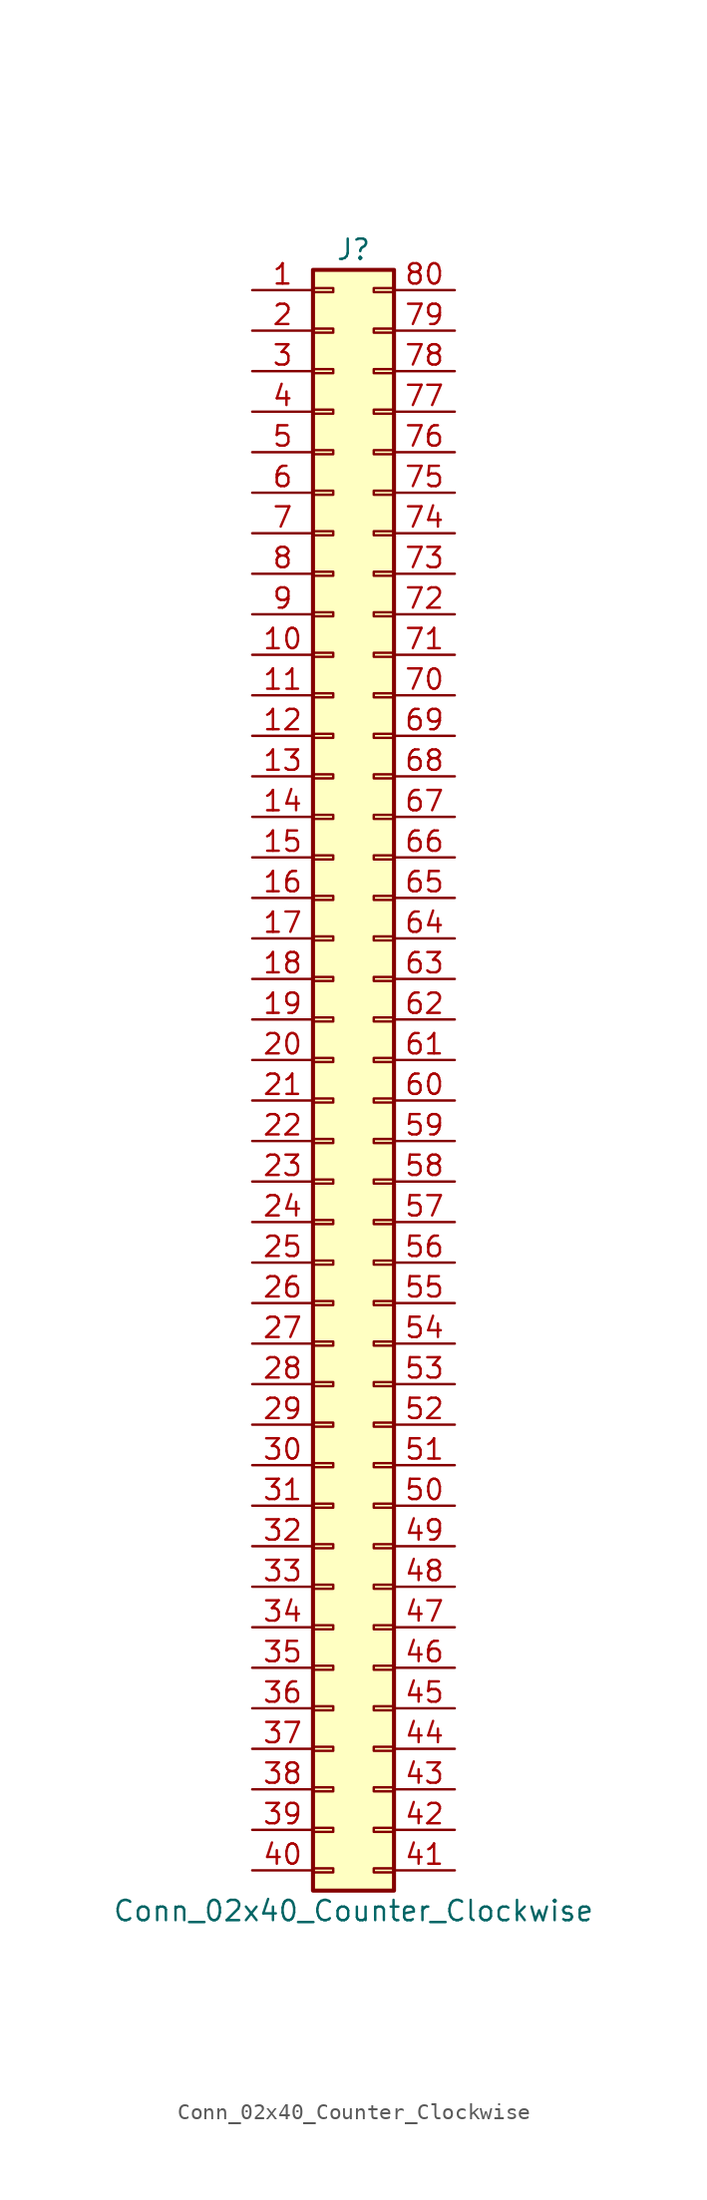
<source format=kicad_sym>
(kicad_symbol_lib
  (version 20201005)
  (generator kicad_symbol_editor)
  (symbol "Conn_02x40_Counter_Clockwise"
    (pin_names
      (offset 1.016) hide)
    (property "Reference" "J"
      (at 1.27 50.8 0)
      (effects (font (size 1.27 1.27))))
    (property "Value" "Conn_02x40_Counter_Clockwise"
      (at 1.27 -53.34 0)
      (effects (font (size 1.27 1.27))))
    (symbol "Conn_02x40_Counter_Clockwise_1_1"
      (rectangle (start -1.27 -50.673) (end 0 -50.927) (stroke (width 0.152)) (fill (type none)))
      (rectangle (start -1.27 -48.133) (end 0 -48.387) (stroke (width 0.152)) (fill (type none)))
      (rectangle (start -1.27 -45.593) (end 0 -45.847) (stroke (width 0.152)) (fill (type none)))
      (rectangle (start -1.27 -43.053) (end 0 -43.307) (stroke (width 0.152)) (fill (type none)))
      (rectangle (start -1.27 -40.513) (end 0 -40.767) (stroke (width 0.152)) (fill (type none)))
      (rectangle (start -1.27 -37.973) (end 0 -38.227) (stroke (width 0.152)) (fill (type none)))
      (rectangle (start -1.27 -35.433) (end 0 -35.687) (stroke (width 0.152)) (fill (type none)))
      (rectangle (start -1.27 -32.893) (end 0 -33.147) (stroke (width 0.152)) (fill (type none)))
      (rectangle (start -1.27 -30.353) (end 0 -30.607) (stroke (width 0.152)) (fill (type none)))
      (rectangle (start -1.27 -27.813) (end 0 -28.067) (stroke (width 0.152)) (fill (type none)))
      (rectangle (start -1.27 -25.273) (end 0 -25.527) (stroke (width 0.152)) (fill (type none)))
      (rectangle (start -1.27 -22.733) (end 0 -22.987) (stroke (width 0.152)) (fill (type none)))
      (rectangle (start -1.27 -20.193) (end 0 -20.447) (stroke (width 0.152)) (fill (type none)))
      (rectangle (start -1.27 -17.653) (end 0 -17.907) (stroke (width 0.152)) (fill (type none)))
      (rectangle (start -1.27 -15.113) (end 0 -15.367) (stroke (width 0.152)) (fill (type none)))
      (rectangle (start -1.27 -12.573) (end 0 -12.827) (stroke (width 0.152)) (fill (type none)))
      (rectangle (start -1.27 -10.033) (end 0 -10.287) (stroke (width 0.152)) (fill (type none)))
      (rectangle (start -1.27 -7.493) (end 0 -7.747) (stroke (width 0.152)) (fill (type none)))
      (rectangle (start -1.27 -4.953) (end 0 -5.207) (stroke (width 0.152)) (fill (type none)))
      (rectangle (start -1.27 -2.413) (end 0 -2.667) (stroke (width 0.152)) (fill (type none)))
      (rectangle (start -1.27 0.127) (end 0 -0.127) (stroke (width 0.152)) (fill (type none)))
      (rectangle (start -1.27 2.667) (end 0 2.413) (stroke (width 0.152)) (fill (type none)))
      (rectangle (start -1.27 5.207) (end 0 4.953) (stroke (width 0.152)) (fill (type none)))
      (rectangle (start -1.27 7.747) (end 0 7.493) (stroke (width 0.152)) (fill (type none)))
      (rectangle (start -1.27 10.287) (end 0 10.033) (stroke (width 0.152)) (fill (type none)))
      (rectangle (start -1.27 12.827) (end 0 12.573) (stroke (width 0.152)) (fill (type none)))
      (rectangle (start -1.27 15.367) (end 0 15.113) (stroke (width 0.152)) (fill (type none)))
      (rectangle (start -1.27 17.907) (end 0 17.653) (stroke (width 0.152)) (fill (type none)))
      (rectangle (start -1.27 20.447) (end 0 20.193) (stroke (width 0.152)) (fill (type none)))
      (rectangle (start -1.27 22.987) (end 0 22.733) (stroke (width 0.152)) (fill (type none)))
      (rectangle (start -1.27 25.527) (end 0 25.273) (stroke (width 0.152)) (fill (type none)))
      (rectangle (start -1.27 28.067) (end 0 27.813) (stroke (width 0.152)) (fill (type none)))
      (rectangle (start -1.27 30.607) (end 0 30.353) (stroke (width 0.152)) (fill (type none)))
      (rectangle (start -1.27 33.147) (end 0 32.893) (stroke (width 0.152)) (fill (type none)))
      (rectangle (start -1.27 35.687) (end 0 35.433) (stroke (width 0.152)) (fill (type none)))
      (rectangle (start -1.27 38.227) (end 0 37.973) (stroke (width 0.152)) (fill (type none)))
      (rectangle (start -1.27 40.767) (end 0 40.513) (stroke (width 0.152)) (fill (type none)))
      (rectangle (start -1.27 43.307) (end 0 43.053) (stroke (width 0.152)) (fill (type none)))
      (rectangle (start -1.27 45.847) (end 0 45.593) (stroke (width 0.152)) (fill (type none)))
      (rectangle (start -1.27 48.387) (end 0 48.133) (stroke (width 0.152)) (fill (type none)))
      (rectangle (start 3.81 -50.673) (end 2.54 -50.927) (stroke (width 0.152)) (fill (type none)))
      (rectangle (start 3.81 -48.133) (end 2.54 -48.387) (stroke (width 0.152)) (fill (type none)))
      (rectangle (start 3.81 -45.593) (end 2.54 -45.847) (stroke (width 0.152)) (fill (type none)))
      (rectangle (start 3.81 -43.053) (end 2.54 -43.307) (stroke (width 0.152)) (fill (type none)))
      (rectangle (start 3.81 -40.513) (end 2.54 -40.767) (stroke (width 0.152)) (fill (type none)))
      (rectangle (start 3.81 -37.973) (end 2.54 -38.227) (stroke (width 0.152)) (fill (type none)))
      (rectangle (start 3.81 -35.433) (end 2.54 -35.687) (stroke (width 0.152)) (fill (type none)))
      (rectangle (start 3.81 -32.893) (end 2.54 -33.147) (stroke (width 0.152)) (fill (type none)))
      (rectangle (start 3.81 -30.353) (end 2.54 -30.607) (stroke (width 0.152)) (fill (type none)))
      (rectangle (start 3.81 -27.813) (end 2.54 -28.067) (stroke (width 0.152)) (fill (type none)))
      (rectangle (start 3.81 -25.273) (end 2.54 -25.527) (stroke (width 0.152)) (fill (type none)))
      (rectangle (start 3.81 -22.733) (end 2.54 -22.987) (stroke (width 0.152)) (fill (type none)))
      (rectangle (start 3.81 -20.193) (end 2.54 -20.447) (stroke (width 0.152)) (fill (type none)))
      (rectangle (start 3.81 -17.653) (end 2.54 -17.907) (stroke (width 0.152)) (fill (type none)))
      (rectangle (start 3.81 -15.113) (end 2.54 -15.367) (stroke (width 0.152)) (fill (type none)))
      (rectangle (start 3.81 -12.573) (end 2.54 -12.827) (stroke (width 0.152)) (fill (type none)))
      (rectangle (start 3.81 -10.033) (end 2.54 -10.287) (stroke (width 0.152)) (fill (type none)))
      (rectangle (start 3.81 -7.493) (end 2.54 -7.747) (stroke (width 0.152)) (fill (type none)))
      (rectangle (start 3.81 -4.953) (end 2.54 -5.207) (stroke (width 0.152)) (fill (type none)))
      (rectangle (start 3.81 -2.413) (end 2.54 -2.667) (stroke (width 0.152)) (fill (type none)))
      (rectangle (start 3.81 0.127) (end 2.54 -0.127) (stroke (width 0.152)) (fill (type none)))
      (rectangle (start 3.81 2.667) (end 2.54 2.413) (stroke (width 0.152)) (fill (type none)))
      (rectangle (start 3.81 5.207) (end 2.54 4.953) (stroke (width 0.152)) (fill (type none)))
      (rectangle (start 3.81 7.747) (end 2.54 7.493) (stroke (width 0.152)) (fill (type none)))
      (rectangle (start 3.81 10.287) (end 2.54 10.033) (stroke (width 0.152)) (fill (type none)))
      (rectangle (start 3.81 12.827) (end 2.54 12.573) (stroke (width 0.152)) (fill (type none)))
      (rectangle (start 3.81 15.367) (end 2.54 15.113) (stroke (width 0.152)) (fill (type none)))
      (rectangle (start 3.81 17.907) (end 2.54 17.653) (stroke (width 0.152)) (fill (type none)))
      (rectangle (start 3.81 20.447) (end 2.54 20.193) (stroke (width 0.152)) (fill (type none)))
      (rectangle (start 3.81 22.987) (end 2.54 22.733) (stroke (width 0.152)) (fill (type none)))
      (rectangle (start 3.81 25.527) (end 2.54 25.273) (stroke (width 0.152)) (fill (type none)))
      (rectangle (start 3.81 28.067) (end 2.54 27.813) (stroke (width 0.152)) (fill (type none)))
      (rectangle (start 3.81 30.607) (end 2.54 30.353) (stroke (width 0.152)) (fill (type none)))
      (rectangle (start 3.81 33.147) (end 2.54 32.893) (stroke (width 0.152)) (fill (type none)))
      (rectangle (start 3.81 35.687) (end 2.54 35.433) (stroke (width 0.152)) (fill (type none)))
      (rectangle (start 3.81 38.227) (end 2.54 37.973) (stroke (width 0.152)) (fill (type none)))
      (rectangle (start 3.81 40.767) (end 2.54 40.513) (stroke (width 0.152)) (fill (type none)))
      (rectangle (start 3.81 43.307) (end 2.54 43.053) (stroke (width 0.152)) (fill (type none)))
      (rectangle (start 3.81 45.847) (end 2.54 45.593) (stroke (width 0.152)) (fill (type none)))
      (rectangle (start 3.81 48.387) (end 2.54 48.133) (stroke (width 0.152)) (fill (type none)))
      (rectangle (start -1.27 49.53) (end 3.81 -52.07) (stroke (width 0.254)) (fill (type background)))
      (pin passive line (at -5.08 48.26 0) (length 3.81) (name "Pin_1" (effects (font (size 1.27 1.27)))) (number "1" (effects (font (size 1.27 1.27)))))
      (pin passive line (at -5.08 25.4 0) (length 3.81) (name "Pin_10" (effects (font (size 1.27 1.27)))) (number "10" (effects (font (size 1.27 1.27)))))
      (pin passive line (at -5.08 22.86 0) (length 3.81) (name "Pin_11" (effects (font (size 1.27 1.27)))) (number "11" (effects (font (size 1.27 1.27)))))
      (pin passive line (at -5.08 20.32 0) (length 3.81) (name "Pin_12" (effects (font (size 1.27 1.27)))) (number "12" (effects (font (size 1.27 1.27)))))
      (pin passive line (at -5.08 17.78 0) (length 3.81) (name "Pin_13" (effects (font (size 1.27 1.27)))) (number "13" (effects (font (size 1.27 1.27)))))
      (pin passive line (at -5.08 15.24 0) (length 3.81) (name "Pin_14" (effects (font (size 1.27 1.27)))) (number "14" (effects (font (size 1.27 1.27)))))
      (pin passive line (at -5.08 12.7 0) (length 3.81) (name "Pin_15" (effects (font (size 1.27 1.27)))) (number "15" (effects (font (size 1.27 1.27)))))
      (pin passive line (at -5.08 10.16 0) (length 3.81) (name "Pin_16" (effects (font (size 1.27 1.27)))) (number "16" (effects (font (size 1.27 1.27)))))
      (pin passive line (at -5.08 7.62 0) (length 3.81) (name "Pin_17" (effects (font (size 1.27 1.27)))) (number "17" (effects (font (size 1.27 1.27)))))
      (pin passive line (at -5.08 5.08 0) (length 3.81) (name "Pin_18" (effects (font (size 1.27 1.27)))) (number "18" (effects (font (size 1.27 1.27)))))
      (pin passive line (at -5.08 2.54 0) (length 3.81) (name "Pin_19" (effects (font (size 1.27 1.27)))) (number "19" (effects (font (size 1.27 1.27)))))
      (pin passive line (at -5.08 45.72 0) (length 3.81) (name "Pin_2" (effects (font (size 1.27 1.27)))) (number "2" (effects (font (size 1.27 1.27)))))
      (pin passive line (at -5.08 0 0) (length 3.81) (name "Pin_20" (effects (font (size 1.27 1.27)))) (number "20" (effects (font (size 1.27 1.27)))))
      (pin passive line (at -5.08 -2.54 0) (length 3.81) (name "Pin_21" (effects (font (size 1.27 1.27)))) (number "21" (effects (font (size 1.27 1.27)))))
      (pin passive line (at -5.08 -5.08 0) (length 3.81) (name "Pin_22" (effects (font (size 1.27 1.27)))) (number "22" (effects (font (size 1.27 1.27)))))
      (pin passive line (at -5.08 -7.62 0) (length 3.81) (name "Pin_23" (effects (font (size 1.27 1.27)))) (number "23" (effects (font (size 1.27 1.27)))))
      (pin passive line (at -5.08 -10.16 0) (length 3.81) (name "Pin_24" (effects (font (size 1.27 1.27)))) (number "24" (effects (font (size 1.27 1.27)))))
      (pin passive line (at -5.08 -12.7 0) (length 3.81) (name "Pin_25" (effects (font (size 1.27 1.27)))) (number "25" (effects (font (size 1.27 1.27)))))
      (pin passive line (at -5.08 -15.24 0) (length 3.81) (name "Pin_26" (effects (font (size 1.27 1.27)))) (number "26" (effects (font (size 1.27 1.27)))))
      (pin passive line (at -5.08 -17.78 0) (length 3.81) (name "Pin_27" (effects (font (size 1.27 1.27)))) (number "27" (effects (font (size 1.27 1.27)))))
      (pin passive line (at -5.08 -20.32 0) (length 3.81) (name "Pin_28" (effects (font (size 1.27 1.27)))) (number "28" (effects (font (size 1.27 1.27)))))
      (pin passive line (at -5.08 -22.86 0) (length 3.81) (name "Pin_29" (effects (font (size 1.27 1.27)))) (number "29" (effects (font (size 1.27 1.27)))))
      (pin passive line (at -5.08 43.18 0) (length 3.81) (name "Pin_3" (effects (font (size 1.27 1.27)))) (number "3" (effects (font (size 1.27 1.27)))))
      (pin passive line (at -5.08 -25.4 0) (length 3.81) (name "Pin_30" (effects (font (size 1.27 1.27)))) (number "30" (effects (font (size 1.27 1.27)))))
      (pin passive line (at -5.08 -27.94 0) (length 3.81) (name "Pin_31" (effects (font (size 1.27 1.27)))) (number "31" (effects (font (size 1.27 1.27)))))
      (pin passive line (at -5.08 -30.48 0) (length 3.81) (name "Pin_32" (effects (font (size 1.27 1.27)))) (number "32" (effects (font (size 1.27 1.27)))))
      (pin passive line (at -5.08 -33.02 0) (length 3.81) (name "Pin_33" (effects (font (size 1.27 1.27)))) (number "33" (effects (font (size 1.27 1.27)))))
      (pin passive line (at -5.08 -35.56 0) (length 3.81) (name "Pin_34" (effects (font (size 1.27 1.27)))) (number "34" (effects (font (size 1.27 1.27)))))
      (pin passive line (at -5.08 -38.1 0) (length 3.81) (name "Pin_35" (effects (font (size 1.27 1.27)))) (number "35" (effects (font (size 1.27 1.27)))))
      (pin passive line (at -5.08 -40.64 0) (length 3.81) (name "Pin_36" (effects (font (size 1.27 1.27)))) (number "36" (effects (font (size 1.27 1.27)))))
      (pin passive line (at -5.08 -43.18 0) (length 3.81) (name "Pin_37" (effects (font (size 1.27 1.27)))) (number "37" (effects (font (size 1.27 1.27)))))
      (pin passive line (at -5.08 -45.72 0) (length 3.81) (name "Pin_38" (effects (font (size 1.27 1.27)))) (number "38" (effects (font (size 1.27 1.27)))))
      (pin passive line (at -5.08 -48.26 0) (length 3.81) (name "Pin_39" (effects (font (size 1.27 1.27)))) (number "39" (effects (font (size 1.27 1.27)))))
      (pin passive line (at -5.08 40.64 0) (length 3.81) (name "Pin_4" (effects (font (size 1.27 1.27)))) (number "4" (effects (font (size 1.27 1.27)))))
      (pin passive line (at -5.08 -50.8 0) (length 3.81) (name "Pin_40" (effects (font (size 1.27 1.27)))) (number "40" (effects (font (size 1.27 1.27)))))
      (pin passive line (at 7.62 -50.8 180) (length 3.81) (name "Pin_41" (effects (font (size 1.27 1.27)))) (number "41" (effects (font (size 1.27 1.27)))))
      (pin passive line (at 7.62 -48.26 180) (length 3.81) (name "Pin_42" (effects (font (size 1.27 1.27)))) (number "42" (effects (font (size 1.27 1.27)))))
      (pin passive line (at 7.62 -45.72 180) (length 3.81) (name "Pin_43" (effects (font (size 1.27 1.27)))) (number "43" (effects (font (size 1.27 1.27)))))
      (pin passive line (at 7.62 -43.18 180) (length 3.81) (name "Pin_44" (effects (font (size 1.27 1.27)))) (number "44" (effects (font (size 1.27 1.27)))))
      (pin passive line (at 7.62 -40.64 180) (length 3.81) (name "Pin_45" (effects (font (size 1.27 1.27)))) (number "45" (effects (font (size 1.27 1.27)))))
      (pin passive line (at 7.62 -38.1 180) (length 3.81) (name "Pin_46" (effects (font (size 1.27 1.27)))) (number "46" (effects (font (size 1.27 1.27)))))
      (pin passive line (at 7.62 -35.56 180) (length 3.81) (name "Pin_47" (effects (font (size 1.27 1.27)))) (number "47" (effects (font (size 1.27 1.27)))))
      (pin passive line (at 7.62 -33.02 180) (length 3.81) (name "Pin_48" (effects (font (size 1.27 1.27)))) (number "48" (effects (font (size 1.27 1.27)))))
      (pin passive line (at 7.62 -30.48 180) (length 3.81) (name "Pin_49" (effects (font (size 1.27 1.27)))) (number "49" (effects (font (size 1.27 1.27)))))
      (pin passive line (at -5.08 38.1 0) (length 3.81) (name "Pin_5" (effects (font (size 1.27 1.27)))) (number "5" (effects (font (size 1.27 1.27)))))
      (pin passive line (at 7.62 -27.94 180) (length 3.81) (name "Pin_50" (effects (font (size 1.27 1.27)))) (number "50" (effects (font (size 1.27 1.27)))))
      (pin passive line (at 7.62 -25.4 180) (length 3.81) (name "Pin_51" (effects (font (size 1.27 1.27)))) (number "51" (effects (font (size 1.27 1.27)))))
      (pin passive line (at 7.62 -22.86 180) (length 3.81) (name "Pin_52" (effects (font (size 1.27 1.27)))) (number "52" (effects (font (size 1.27 1.27)))))
      (pin passive line (at 7.62 -20.32 180) (length 3.81) (name "Pin_53" (effects (font (size 1.27 1.27)))) (number "53" (effects (font (size 1.27 1.27)))))
      (pin passive line (at 7.62 -17.78 180) (length 3.81) (name "Pin_54" (effects (font (size 1.27 1.27)))) (number "54" (effects (font (size 1.27 1.27)))))
      (pin passive line (at 7.62 -15.24 180) (length 3.81) (name "Pin_55" (effects (font (size 1.27 1.27)))) (number "55" (effects (font (size 1.27 1.27)))))
      (pin passive line (at 7.62 -12.7 180) (length 3.81) (name "Pin_56" (effects (font (size 1.27 1.27)))) (number "56" (effects (font (size 1.27 1.27)))))
      (pin passive line (at 7.62 -10.16 180) (length 3.81) (name "Pin_57" (effects (font (size 1.27 1.27)))) (number "57" (effects (font (size 1.27 1.27)))))
      (pin passive line (at 7.62 -7.62 180) (length 3.81) (name "Pin_58" (effects (font (size 1.27 1.27)))) (number "58" (effects (font (size 1.27 1.27)))))
      (pin passive line (at 7.62 -5.08 180) (length 3.81) (name "Pin_59" (effects (font (size 1.27 1.27)))) (number "59" (effects (font (size 1.27 1.27)))))
      (pin passive line (at -5.08 35.56 0) (length 3.81) (name "Pin_6" (effects (font (size 1.27 1.27)))) (number "6" (effects (font (size 1.27 1.27)))))
      (pin passive line (at 7.62 -2.54 180) (length 3.81) (name "Pin_60" (effects (font (size 1.27 1.27)))) (number "60" (effects (font (size 1.27 1.27)))))
      (pin passive line (at 7.62 0 180) (length 3.81) (name "Pin_61" (effects (font (size 1.27 1.27)))) (number "61" (effects (font (size 1.27 1.27)))))
      (pin passive line (at 7.62 2.54 180) (length 3.81) (name "Pin_62" (effects (font (size 1.27 1.27)))) (number "62" (effects (font (size 1.27 1.27)))))
      (pin passive line (at 7.62 5.08 180) (length 3.81) (name "Pin_63" (effects (font (size 1.27 1.27)))) (number "63" (effects (font (size 1.27 1.27)))))
      (pin passive line (at 7.62 7.62 180) (length 3.81) (name "Pin_64" (effects (font (size 1.27 1.27)))) (number "64" (effects (font (size 1.27 1.27)))))
      (pin passive line (at 7.62 10.16 180) (length 3.81) (name "Pin_65" (effects (font (size 1.27 1.27)))) (number "65" (effects (font (size 1.27 1.27)))))
      (pin passive line (at 7.62 12.7 180) (length 3.81) (name "Pin_66" (effects (font (size 1.27 1.27)))) (number "66" (effects (font (size 1.27 1.27)))))
      (pin passive line (at 7.62 15.24 180) (length 3.81) (name "Pin_67" (effects (font (size 1.27 1.27)))) (number "67" (effects (font (size 1.27 1.27)))))
      (pin passive line (at 7.62 17.78 180) (length 3.81) (name "Pin_68" (effects (font (size 1.27 1.27)))) (number "68" (effects (font (size 1.27 1.27)))))
      (pin passive line (at 7.62 20.32 180) (length 3.81) (name "Pin_69" (effects (font (size 1.27 1.27)))) (number "69" (effects (font (size 1.27 1.27)))))
      (pin passive line (at -5.08 33.02 0) (length 3.81) (name "Pin_7" (effects (font (size 1.27 1.27)))) (number "7" (effects (font (size 1.27 1.27)))))
      (pin passive line (at 7.62 22.86 180) (length 3.81) (name "Pin_70" (effects (font (size 1.27 1.27)))) (number "70" (effects (font (size 1.27 1.27)))))
      (pin passive line (at 7.62 25.4 180) (length 3.81) (name "Pin_71" (effects (font (size 1.27 1.27)))) (number "71" (effects (font (size 1.27 1.27)))))
      (pin passive line (at 7.62 27.94 180) (length 3.81) (name "Pin_72" (effects (font (size 1.27 1.27)))) (number "72" (effects (font (size 1.27 1.27)))))
      (pin passive line (at 7.62 30.48 180) (length 3.81) (name "Pin_73" (effects (font (size 1.27 1.27)))) (number "73" (effects (font (size 1.27 1.27)))))
      (pin passive line (at 7.62 33.02 180) (length 3.81) (name "Pin_74" (effects (font (size 1.27 1.27)))) (number "74" (effects (font (size 1.27 1.27)))))
      (pin passive line (at 7.62 35.56 180) (length 3.81) (name "Pin_75" (effects (font (size 1.27 1.27)))) (number "75" (effects (font (size 1.27 1.27)))))
      (pin passive line (at 7.62 38.1 180) (length 3.81) (name "Pin_76" (effects (font (size 1.27 1.27)))) (number "76" (effects (font (size 1.27 1.27)))))
      (pin passive line (at 7.62 40.64 180) (length 3.81) (name "Pin_77" (effects (font (size 1.27 1.27)))) (number "77" (effects (font (size 1.27 1.27)))))
      (pin passive line (at 7.62 43.18 180) (length 3.81) (name "Pin_78" (effects (font (size 1.27 1.27)))) (number "78" (effects (font (size 1.27 1.27)))))
      (pin passive line (at 7.62 45.72 180) (length 3.81) (name "Pin_79" (effects (font (size 1.27 1.27)))) (number "79" (effects (font (size 1.27 1.27)))))
      (pin passive line (at -5.08 30.48 0) (length 3.81) (name "Pin_8" (effects (font (size 1.27 1.27)))) (number "8" (effects (font (size 1.27 1.27)))))
      (pin passive line (at 7.62 48.26 180) (length 3.81) (name "Pin_80" (effects (font (size 1.27 1.27)))) (number "80" (effects (font (size 1.27 1.27)))))
      (pin passive line (at -5.08 27.94 0) (length 3.81) (name "Pin_9" (effects (font (size 1.27 1.27)))) (number "9" (effects (font (size 1.27 1.27))))))))
</source>
